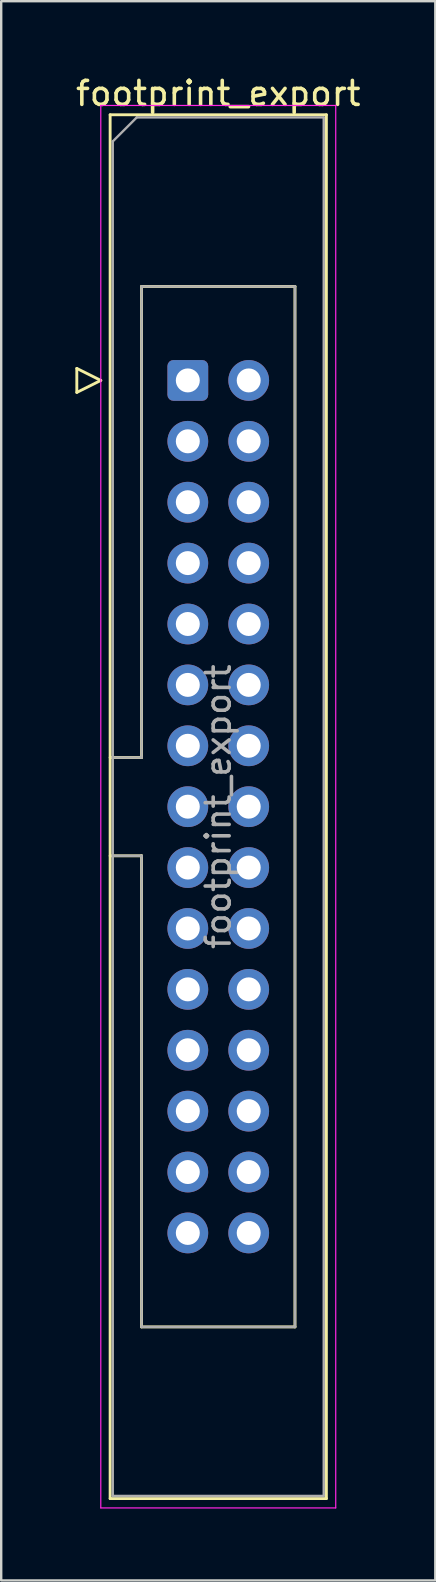
<source format=kicad_pcb>
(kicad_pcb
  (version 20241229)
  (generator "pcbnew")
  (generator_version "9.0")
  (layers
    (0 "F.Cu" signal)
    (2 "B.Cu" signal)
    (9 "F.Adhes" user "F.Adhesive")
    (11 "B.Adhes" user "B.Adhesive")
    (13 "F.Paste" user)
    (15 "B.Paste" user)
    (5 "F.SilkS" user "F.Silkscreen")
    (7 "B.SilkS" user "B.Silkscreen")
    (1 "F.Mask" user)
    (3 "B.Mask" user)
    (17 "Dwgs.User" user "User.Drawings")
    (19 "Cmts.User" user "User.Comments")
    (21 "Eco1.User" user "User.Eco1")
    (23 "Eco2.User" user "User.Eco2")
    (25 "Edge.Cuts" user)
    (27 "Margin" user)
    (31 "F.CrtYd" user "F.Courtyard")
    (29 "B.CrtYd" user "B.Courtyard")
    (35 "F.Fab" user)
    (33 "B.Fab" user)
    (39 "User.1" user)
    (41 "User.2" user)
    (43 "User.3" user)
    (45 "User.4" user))
  (footprint "footprint_export"
    (layer "F.Cu")
    (at 4.784 12.818)
    (property "Reference" "footprint_export" (at 1.27 -11.97 0) (layer "F.SilkS") (effects (font (size 1 1) (thickness 0.15))))
    (attr through_hole)
    (fp_line (start -4.63 -0.5) (end -4.63 0.5) (stroke (width 0.12) (type solid)) (layer "F.SilkS"))
    (fp_line (start -4.63 0.5) (end -3.63 0) (stroke (width 0.12) (type solid)) (layer "F.SilkS"))
    (fp_line (start -3.63 0) (end -4.63 -0.5) (stroke (width 0.12) (type solid)) (layer "F.SilkS"))
    (fp_line (start -3.24 -11.08) (end 5.78 -11.08) (stroke (width 0.12) (type solid)) (layer "F.SilkS"))
    (fp_line (start -3.24 15.73) (end -1.93 15.73) (stroke (width 0.12) (type solid)) (layer "F.SilkS"))
    (fp_line (start -3.24 46.64) (end -3.24 -11.08) (stroke (width 0.12) (type solid)) (layer "F.SilkS"))
    (fp_line (start -1.93 -3.92) (end 4.47 -3.92) (stroke (width 0.12) (type solid)) (layer "F.SilkS"))
    (fp_line (start -1.93 15.73) (end -1.93 -3.92) (stroke (width 0.12) (type solid)) (layer "F.SilkS"))
    (fp_line (start -1.93 19.83) (end -3.24 19.83) (stroke (width 0.12) (type solid)) (layer "F.SilkS"))
    (fp_line (start -1.93 19.83) (end -1.93 19.83) (stroke (width 0.12) (type solid)) (layer "F.SilkS"))
    (fp_line (start -1.93 39.48) (end -1.93 19.83) (stroke (width 0.12) (type solid)) (layer "F.SilkS"))
    (fp_line (start 4.47 -3.92) (end 4.47 39.48) (stroke (width 0.12) (type solid)) (layer "F.SilkS"))
    (fp_line (start 4.47 39.48) (end -1.93 39.48) (stroke (width 0.12) (type solid)) (layer "F.SilkS"))
    (fp_line (start 5.78 -11.08) (end 5.78 46.64) (stroke (width 0.12) (type solid)) (layer "F.SilkS"))
    (fp_line (start 5.78 46.64) (end -3.24 46.64) (stroke (width 0.12) (type solid)) (layer "F.SilkS"))
    (fp_line (start -3.63 -11.47) (end -3.63 47.03) (stroke (width 0.05) (type solid)) (layer "F.CrtYd"))
    (fp_line (start -3.63 47.03) (end 6.17 47.03) (stroke (width 0.05) (type solid)) (layer "F.CrtYd"))
    (fp_line (start 6.17 -11.47) (end -3.63 -11.47) (stroke (width 0.05) (type solid)) (layer "F.CrtYd"))
    (fp_line (start 6.17 47.03) (end 6.17 -11.47) (stroke (width 0.05) (type solid)) (layer "F.CrtYd"))
    (fp_line (start -3.13 -9.97) (end -2.13 -10.97) (stroke (width 0.1) (type solid)) (layer "F.Fab"))
    (fp_line (start -3.13 15.73) (end -1.93 15.73) (stroke (width 0.1) (type solid)) (layer "F.Fab"))
    (fp_line (start -3.13 46.53) (end -3.13 -9.97) (stroke (width 0.1) (type solid)) (layer "F.Fab"))
    (fp_line (start -2.13 -10.97) (end 5.67 -10.97) (stroke (width 0.1) (type solid)) (layer "F.Fab"))
    (fp_line (start -1.93 -3.92) (end 4.47 -3.92) (stroke (width 0.1) (type solid)) (layer "F.Fab"))
    (fp_line (start -1.93 15.73) (end -1.93 -3.92) (stroke (width 0.1) (type solid)) (layer "F.Fab"))
    (fp_line (start -1.93 19.83) (end -3.13 19.83) (stroke (width 0.1) (type solid)) (layer "F.Fab"))
    (fp_line (start -1.93 19.83) (end -1.93 19.83) (stroke (width 0.1) (type solid)) (layer "F.Fab"))
    (fp_line (start -1.93 39.48) (end -1.93 19.83) (stroke (width 0.1) (type solid)) (layer "F.Fab"))
    (fp_line (start 4.47 -3.92) (end 4.47 39.48) (stroke (width 0.1) (type solid)) (layer "F.Fab"))
    (fp_line (start 4.47 39.48) (end -1.93 39.48) (stroke (width 0.1) (type solid)) (layer "F.Fab"))
    (fp_line (start 5.67 -10.97) (end 5.67 46.53) (stroke (width 0.1) (type solid)) (layer "F.Fab"))
    (fp_line (start 5.67 46.53) (end -3.13 46.53) (stroke (width 0.1) (type solid)) (layer "F.Fab"))
    (fp_text user "${REFERENCE}" (at 1.27 17.78 90) (layer "F.Fab") (effects (font (size 1 1) (thickness 0.15))))
    (pad "1" thru_hole roundrect (at 0 0) (size 1.7 1.7) (drill 1) (layers "*.Cu" "*.Mask") (roundrect_rratio 0.147))
    (pad "2" thru_hole circle (at 2.54 0) (size 1.7 1.7) (drill 1) (layers "*.Cu" "*.Mask"))
    (pad "3" thru_hole circle (at 0 2.54) (size 1.7 1.7) (drill 1) (layers "*.Cu" "*.Mask"))
    (pad "4" thru_hole circle (at 2.54 2.54) (size 1.7 1.7) (drill 1) (layers "*.Cu" "*.Mask"))
    (pad "5" thru_hole circle (at 0 5.08) (size 1.7 1.7) (drill 1) (layers "*.Cu" "*.Mask"))
    (pad "6" thru_hole circle (at 2.54 5.08) (size 1.7 1.7) (drill 1) (layers "*.Cu" "*.Mask"))
    (pad "7" thru_hole circle (at 0 7.62) (size 1.7 1.7) (drill 1) (layers "*.Cu" "*.Mask"))
    (pad "8" thru_hole circle (at 2.54 7.62) (size 1.7 1.7) (drill 1) (layers "*.Cu" "*.Mask"))
    (pad "9" thru_hole circle (at 0 10.16) (size 1.7 1.7) (drill 1) (layers "*.Cu" "*.Mask"))
    (pad "10" thru_hole circle (at 2.54 10.16) (size 1.7 1.7) (drill 1) (layers "*.Cu" "*.Mask"))
    (pad "11" thru_hole circle (at 0 12.7) (size 1.7 1.7) (drill 1) (layers "*.Cu" "*.Mask"))
    (pad "12" thru_hole circle (at 2.54 12.7) (size 1.7 1.7) (drill 1) (layers "*.Cu" "*.Mask"))
    (pad "13" thru_hole circle (at 0 15.24) (size 1.7 1.7) (drill 1) (layers "*.Cu" "*.Mask"))
    (pad "14" thru_hole circle (at 2.54 15.24) (size 1.7 1.7) (drill 1) (layers "*.Cu" "*.Mask"))
    (pad "15" thru_hole circle (at 0 17.78) (size 1.7 1.7) (drill 1) (layers "*.Cu" "*.Mask"))
    (pad "16" thru_hole circle (at 2.54 17.78) (size 1.7 1.7) (drill 1) (layers "*.Cu" "*.Mask"))
    (pad "17" thru_hole circle (at 0 20.32) (size 1.7 1.7) (drill 1) (layers "*.Cu" "*.Mask"))
    (pad "18" thru_hole circle (at 2.54 20.32) (size 1.7 1.7) (drill 1) (layers "*.Cu" "*.Mask"))
    (pad "19" thru_hole circle (at 0 22.86) (size 1.7 1.7) (drill 1) (layers "*.Cu" "*.Mask"))
    (pad "20" thru_hole circle (at 2.54 22.86) (size 1.7 1.7) (drill 1) (layers "*.Cu" "*.Mask"))
    (pad "21" thru_hole circle (at 0 25.4) (size 1.7 1.7) (drill 1) (layers "*.Cu" "*.Mask"))
    (pad "22" thru_hole circle (at 2.54 25.4) (size 1.7 1.7) (drill 1) (layers "*.Cu" "*.Mask"))
    (pad "23" thru_hole circle (at 0 27.94) (size 1.7 1.7) (drill 1) (layers "*.Cu" "*.Mask"))
    (pad "24" thru_hole circle (at 2.54 27.94) (size 1.7 1.7) (drill 1) (layers "*.Cu" "*.Mask"))
    (pad "25" thru_hole circle (at 0 30.48) (size 1.7 1.7) (drill 1) (layers "*.Cu" "*.Mask"))
    (pad "26" thru_hole circle (at 2.54 30.48) (size 1.7 1.7) (drill 1) (layers "*.Cu" "*.Mask"))
    (pad "27" thru_hole circle (at 0 33.02) (size 1.7 1.7) (drill 1) (layers "*.Cu" "*.Mask"))
    (pad "28" thru_hole circle (at 2.54 33.02) (size 1.7 1.7) (drill 1) (layers "*.Cu" "*.Mask"))
    (pad "29" thru_hole circle (at 0 35.56) (size 1.7 1.7) (drill 1) (layers "*.Cu" "*.Mask"))
    (pad "30" thru_hole circle (at 2.54 35.56) (size 1.7 1.7) (drill 1) (layers "*.Cu" "*.Mask")))
  (gr_rect
    (start -3 -3)
    (end 15.107 62.873)
    (stroke (width 0.1) (type default))
    (fill no)
    (layer "Edge.Cuts")))
</source>
